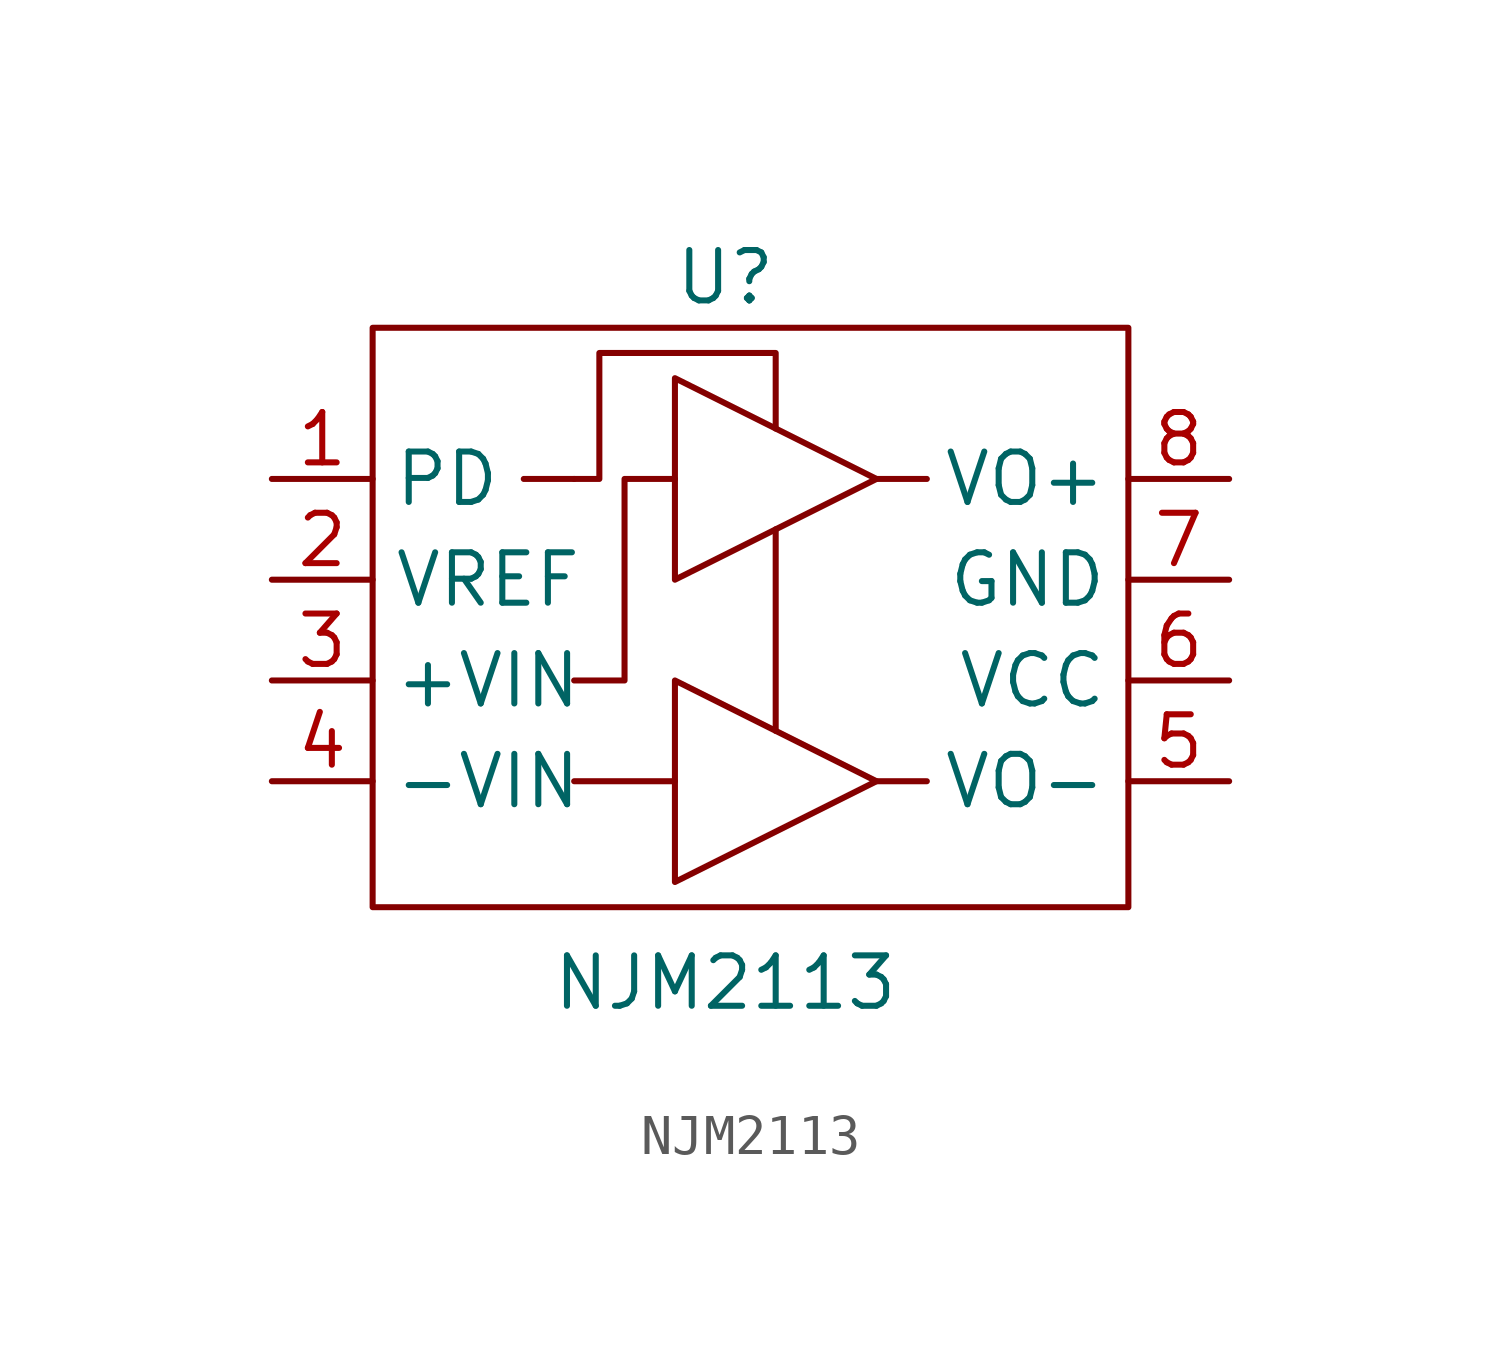
<source format=kicad_sym>
(kicad_symbol_lib
  (version 20220914)
  (generator kicad_symbol_editor)
  (symbol "NJM2113"
    (property "Reference" "U"
      (at 3.81 8.89 0)
      (effects (font (size 1.27 1.27))))
    (property "Value" "NJM2113"
      (at 3.81 -8.89 0)
      (effects (font (size 1.27 1.27))))
    (symbol "NJM2113_0_1"
      (rectangle (start -5.08 7.62) (end 13.97 -6.985) (stroke (width 0) (type default)) (fill (type none)))
      (polyline (pts (xy 0 3.81) (xy -1.27 3.81)) (stroke (width 0) (type default)) (fill (type none)))
      (polyline (pts (xy 2.54 -3.81) (xy 0 -3.81)) (stroke (width 0) (type default)) (fill (type none)))
      (polyline (pts (xy 5.08 2.54) (xy 5.08 -2.54)) (stroke (width 0) (type default)) (fill (type none)))
      (polyline (pts (xy 7.62 -3.81) (xy 8.89 -3.81)) (stroke (width 0) (type default)) (fill (type none)))
      (polyline (pts (xy 7.62 3.81) (xy 8.89 3.81)) (stroke (width 0) (type default)) (fill (type none)))
      (polyline (pts (xy 2.54 -1.27) (xy 2.54 -6.35) (xy 7.62 -3.81) (xy 2.54 -1.27)) (stroke (width 0) (type default)) (fill (type none)))
      (polyline (pts (xy 2.54 3.81) (xy 1.27 3.81) (xy 1.27 -1.27) (xy 0 -1.27)) (stroke (width 0) (type default)) (fill (type none)))
      (polyline (pts (xy 2.54 6.35) (xy 2.54 1.27) (xy 7.62 3.81) (xy 2.54 6.35)) (stroke (width 0) (type default)) (fill (type none)))
      (polyline (pts (xy 0 3.81) (xy 0.635 3.81) (xy 0.635 6.985) (xy 5.08 6.985) (xy 5.08 5.08)) (stroke (width 0) (type default)) (fill (type none))))
    (symbol "NJM2113_1_1"
      (pin input line (at -7.62 3.81 0) (length 2.54) (name "PD" (effects (font (size 1.27 1.27)))) (number "1" (effects (font (size 1.27 1.27)))))
      (pin input line (at -7.62 1.27 0) (length 2.54) (name "VREF" (effects (font (size 1.27 1.27)))) (number "2" (effects (font (size 1.27 1.27)))))
      (pin input line (at -7.62 -1.27 0) (length 2.54) (name "+VIN" (effects (font (size 1.27 1.27)))) (number "3" (effects (font (size 1.27 1.27)))))
      (pin input line (at -7.62 -3.81 0) (length 2.54) (name "-VIN" (effects (font (size 1.27 1.27)))) (number "4" (effects (font (size 1.27 1.27)))))
      (pin output line (at 16.51 -3.81 180) (length 2.54) (name "VO-" (effects (font (size 1.27 1.27)))) (number "5" (effects (font (size 1.27 1.27)))))
      (pin power_in line (at 16.51 -1.27 180) (length 2.54) (name "VCC" (effects (font (size 1.27 1.27)))) (number "6" (effects (font (size 1.27 1.27)))))
      (pin power_in line (at 16.51 1.27 180) (length 2.54) (name "GND" (effects (font (size 1.27 1.27)))) (number "7" (effects (font (size 1.27 1.27)))))
      (pin output line (at 16.51 3.81 180) (length 2.54) (name "VO+" (effects (font (size 1.27 1.27)))) (number "8" (effects (font (size 1.27 1.27))))))))
</source>
